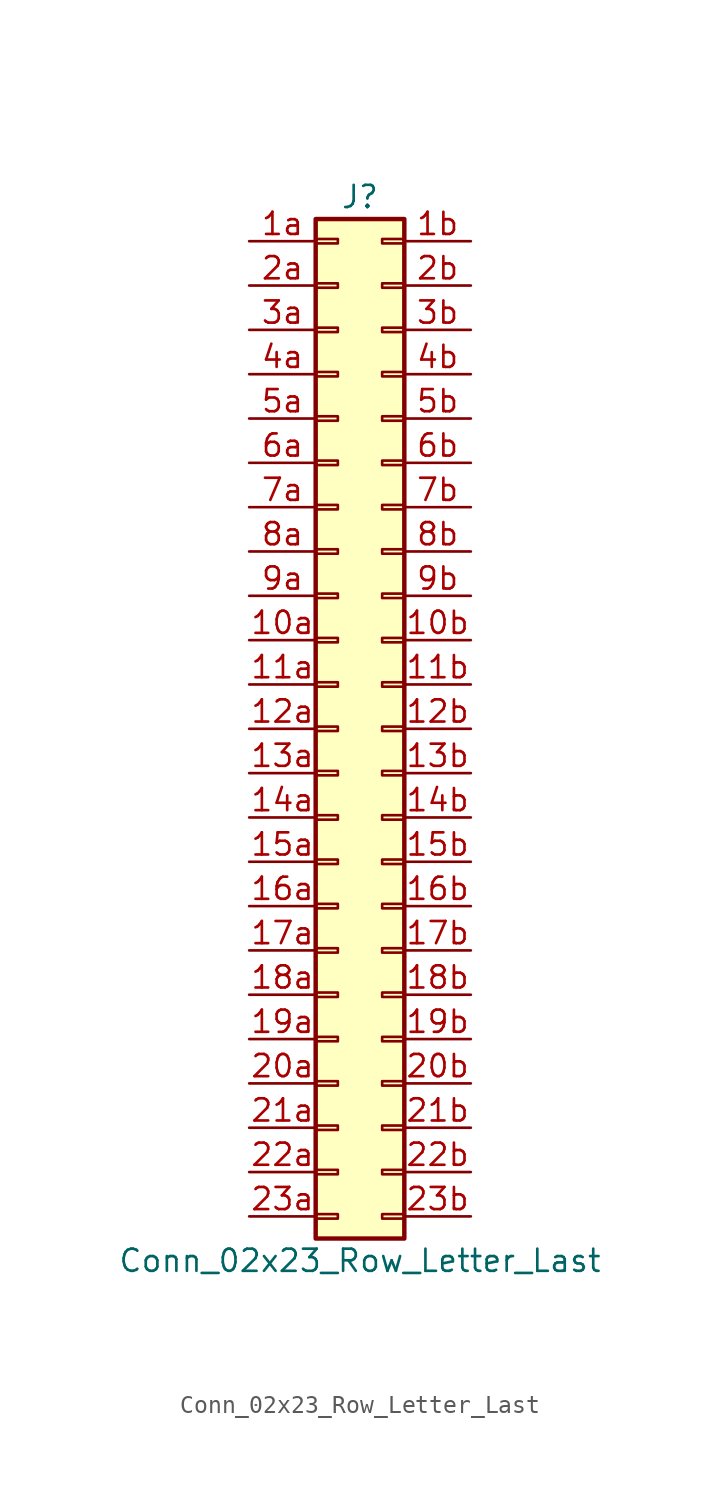
<source format=kicad_sym>
(kicad_symbol_lib
  (version 20220914)
  (generator kicad_symbol_editor)
  (symbol "Conn_02x23_Row_Letter_Last"
    (pin_names
      (offset 1.016) hide)
    (property "Reference" "J"
      (at 1.27 30.48 0)
      (effects (font (size 1.27 1.27))))
    (property "Value" "Conn_02x23_Row_Letter_Last"
      (at 1.27 -30.48 0)
      (effects (font (size 1.27 1.27))))
    (symbol "Conn_02x23_Row_Letter_Last_1_1"
      (rectangle (start -1.27 -27.813) (end 0 -28.067) (stroke (width 0.152) (type default)) (fill (type none)))
      (rectangle (start -1.27 -25.273) (end 0 -25.527) (stroke (width 0.152) (type default)) (fill (type none)))
      (rectangle (start -1.27 -22.733) (end 0 -22.987) (stroke (width 0.152) (type default)) (fill (type none)))
      (rectangle (start -1.27 -20.193) (end 0 -20.447) (stroke (width 0.152) (type default)) (fill (type none)))
      (rectangle (start -1.27 -17.653) (end 0 -17.907) (stroke (width 0.152) (type default)) (fill (type none)))
      (rectangle (start -1.27 -15.113) (end 0 -15.367) (stroke (width 0.152) (type default)) (fill (type none)))
      (rectangle (start -1.27 -12.573) (end 0 -12.827) (stroke (width 0.152) (type default)) (fill (type none)))
      (rectangle (start -1.27 -10.033) (end 0 -10.287) (stroke (width 0.152) (type default)) (fill (type none)))
      (rectangle (start -1.27 -7.493) (end 0 -7.747) (stroke (width 0.152) (type default)) (fill (type none)))
      (rectangle (start -1.27 -4.953) (end 0 -5.207) (stroke (width 0.152) (type default)) (fill (type none)))
      (rectangle (start -1.27 -2.413) (end 0 -2.667) (stroke (width 0.152) (type default)) (fill (type none)))
      (rectangle (start -1.27 0.127) (end 0 -0.127) (stroke (width 0.152) (type default)) (fill (type none)))
      (rectangle (start -1.27 2.667) (end 0 2.413) (stroke (width 0.152) (type default)) (fill (type none)))
      (rectangle (start -1.27 5.207) (end 0 4.953) (stroke (width 0.152) (type default)) (fill (type none)))
      (rectangle (start -1.27 7.747) (end 0 7.493) (stroke (width 0.152) (type default)) (fill (type none)))
      (rectangle (start -1.27 10.287) (end 0 10.033) (stroke (width 0.152) (type default)) (fill (type none)))
      (rectangle (start -1.27 12.827) (end 0 12.573) (stroke (width 0.152) (type default)) (fill (type none)))
      (rectangle (start -1.27 15.367) (end 0 15.113) (stroke (width 0.152) (type default)) (fill (type none)))
      (rectangle (start -1.27 17.907) (end 0 17.653) (stroke (width 0.152) (type default)) (fill (type none)))
      (rectangle (start -1.27 20.447) (end 0 20.193) (stroke (width 0.152) (type default)) (fill (type none)))
      (rectangle (start -1.27 22.987) (end 0 22.733) (stroke (width 0.152) (type default)) (fill (type none)))
      (rectangle (start -1.27 25.527) (end 0 25.273) (stroke (width 0.152) (type default)) (fill (type none)))
      (rectangle (start -1.27 28.067) (end 0 27.813) (stroke (width 0.152) (type default)) (fill (type none)))
      (rectangle (start -1.27 29.21) (end 3.81 -29.21) (stroke (width 0.254) (type default)) (fill (type background)))
      (rectangle (start 3.81 -27.813) (end 2.54 -28.067) (stroke (width 0.152) (type default)) (fill (type none)))
      (rectangle (start 3.81 -25.273) (end 2.54 -25.527) (stroke (width 0.152) (type default)) (fill (type none)))
      (rectangle (start 3.81 -22.733) (end 2.54 -22.987) (stroke (width 0.152) (type default)) (fill (type none)))
      (rectangle (start 3.81 -20.193) (end 2.54 -20.447) (stroke (width 0.152) (type default)) (fill (type none)))
      (rectangle (start 3.81 -17.653) (end 2.54 -17.907) (stroke (width 0.152) (type default)) (fill (type none)))
      (rectangle (start 3.81 -15.113) (end 2.54 -15.367) (stroke (width 0.152) (type default)) (fill (type none)))
      (rectangle (start 3.81 -12.573) (end 2.54 -12.827) (stroke (width 0.152) (type default)) (fill (type none)))
      (rectangle (start 3.81 -10.033) (end 2.54 -10.287) (stroke (width 0.152) (type default)) (fill (type none)))
      (rectangle (start 3.81 -7.493) (end 2.54 -7.747) (stroke (width 0.152) (type default)) (fill (type none)))
      (rectangle (start 3.81 -4.953) (end 2.54 -5.207) (stroke (width 0.152) (type default)) (fill (type none)))
      (rectangle (start 3.81 -2.413) (end 2.54 -2.667) (stroke (width 0.152) (type default)) (fill (type none)))
      (rectangle (start 3.81 0.127) (end 2.54 -0.127) (stroke (width 0.152) (type default)) (fill (type none)))
      (rectangle (start 3.81 2.667) (end 2.54 2.413) (stroke (width 0.152) (type default)) (fill (type none)))
      (rectangle (start 3.81 5.207) (end 2.54 4.953) (stroke (width 0.152) (type default)) (fill (type none)))
      (rectangle (start 3.81 7.747) (end 2.54 7.493) (stroke (width 0.152) (type default)) (fill (type none)))
      (rectangle (start 3.81 10.287) (end 2.54 10.033) (stroke (width 0.152) (type default)) (fill (type none)))
      (rectangle (start 3.81 12.827) (end 2.54 12.573) (stroke (width 0.152) (type default)) (fill (type none)))
      (rectangle (start 3.81 15.367) (end 2.54 15.113) (stroke (width 0.152) (type default)) (fill (type none)))
      (rectangle (start 3.81 17.907) (end 2.54 17.653) (stroke (width 0.152) (type default)) (fill (type none)))
      (rectangle (start 3.81 20.447) (end 2.54 20.193) (stroke (width 0.152) (type default)) (fill (type none)))
      (rectangle (start 3.81 22.987) (end 2.54 22.733) (stroke (width 0.152) (type default)) (fill (type none)))
      (rectangle (start 3.81 25.527) (end 2.54 25.273) (stroke (width 0.152) (type default)) (fill (type none)))
      (rectangle (start 3.81 28.067) (end 2.54 27.813) (stroke (width 0.152) (type default)) (fill (type none)))
      (pin passive line (at -5.08 5.08 0) (length 3.81) (name "Pin_10a" (effects (font (size 1.27 1.27)))) (number "10a" (effects (font (size 1.27 1.27)))))
      (pin passive line (at 7.62 5.08 180) (length 3.81) (name "Pin_10b" (effects (font (size 1.27 1.27)))) (number "10b" (effects (font (size 1.27 1.27)))))
      (pin passive line (at -5.08 2.54 0) (length 3.81) (name "Pin_11a" (effects (font (size 1.27 1.27)))) (number "11a" (effects (font (size 1.27 1.27)))))
      (pin passive line (at 7.62 2.54 180) (length 3.81) (name "Pin_11b" (effects (font (size 1.27 1.27)))) (number "11b" (effects (font (size 1.27 1.27)))))
      (pin passive line (at -5.08 0 0) (length 3.81) (name "Pin_12a" (effects (font (size 1.27 1.27)))) (number "12a" (effects (font (size 1.27 1.27)))))
      (pin passive line (at 7.62 0 180) (length 3.81) (name "Pin_12b" (effects (font (size 1.27 1.27)))) (number "12b" (effects (font (size 1.27 1.27)))))
      (pin passive line (at -5.08 -2.54 0) (length 3.81) (name "Pin_13a" (effects (font (size 1.27 1.27)))) (number "13a" (effects (font (size 1.27 1.27)))))
      (pin passive line (at 7.62 -2.54 180) (length 3.81) (name "Pin_13b" (effects (font (size 1.27 1.27)))) (number "13b" (effects (font (size 1.27 1.27)))))
      (pin passive line (at -5.08 -5.08 0) (length 3.81) (name "Pin_14a" (effects (font (size 1.27 1.27)))) (number "14a" (effects (font (size 1.27 1.27)))))
      (pin passive line (at 7.62 -5.08 180) (length 3.81) (name "Pin_14b" (effects (font (size 1.27 1.27)))) (number "14b" (effects (font (size 1.27 1.27)))))
      (pin passive line (at -5.08 -7.62 0) (length 3.81) (name "Pin_15a" (effects (font (size 1.27 1.27)))) (number "15a" (effects (font (size 1.27 1.27)))))
      (pin passive line (at 7.62 -7.62 180) (length 3.81) (name "Pin_15b" (effects (font (size 1.27 1.27)))) (number "15b" (effects (font (size 1.27 1.27)))))
      (pin passive line (at -5.08 -10.16 0) (length 3.81) (name "Pin_16a" (effects (font (size 1.27 1.27)))) (number "16a" (effects (font (size 1.27 1.27)))))
      (pin passive line (at 7.62 -10.16 180) (length 3.81) (name "Pin_16b" (effects (font (size 1.27 1.27)))) (number "16b" (effects (font (size 1.27 1.27)))))
      (pin passive line (at -5.08 -12.7 0) (length 3.81) (name "Pin_17a" (effects (font (size 1.27 1.27)))) (number "17a" (effects (font (size 1.27 1.27)))))
      (pin passive line (at 7.62 -12.7 180) (length 3.81) (name "Pin_17b" (effects (font (size 1.27 1.27)))) (number "17b" (effects (font (size 1.27 1.27)))))
      (pin passive line (at -5.08 -15.24 0) (length 3.81) (name "Pin_18a" (effects (font (size 1.27 1.27)))) (number "18a" (effects (font (size 1.27 1.27)))))
      (pin passive line (at 7.62 -15.24 180) (length 3.81) (name "Pin_18b" (effects (font (size 1.27 1.27)))) (number "18b" (effects (font (size 1.27 1.27)))))
      (pin passive line (at -5.08 -17.78 0) (length 3.81) (name "Pin_19a" (effects (font (size 1.27 1.27)))) (number "19a" (effects (font (size 1.27 1.27)))))
      (pin passive line (at 7.62 -17.78 180) (length 3.81) (name "Pin_19b" (effects (font (size 1.27 1.27)))) (number "19b" (effects (font (size 1.27 1.27)))))
      (pin passive line (at -5.08 27.94 0) (length 3.81) (name "Pin_1a" (effects (font (size 1.27 1.27)))) (number "1a" (effects (font (size 1.27 1.27)))))
      (pin passive line (at 7.62 27.94 180) (length 3.81) (name "Pin_1b" (effects (font (size 1.27 1.27)))) (number "1b" (effects (font (size 1.27 1.27)))))
      (pin passive line (at -5.08 -20.32 0) (length 3.81) (name "Pin_20a" (effects (font (size 1.27 1.27)))) (number "20a" (effects (font (size 1.27 1.27)))))
      (pin passive line (at 7.62 -20.32 180) (length 3.81) (name "Pin_20b" (effects (font (size 1.27 1.27)))) (number "20b" (effects (font (size 1.27 1.27)))))
      (pin passive line (at -5.08 -22.86 0) (length 3.81) (name "Pin_21a" (effects (font (size 1.27 1.27)))) (number "21a" (effects (font (size 1.27 1.27)))))
      (pin passive line (at 7.62 -22.86 180) (length 3.81) (name "Pin_21b" (effects (font (size 1.27 1.27)))) (number "21b" (effects (font (size 1.27 1.27)))))
      (pin passive line (at -5.08 -25.4 0) (length 3.81) (name "Pin_22a" (effects (font (size 1.27 1.27)))) (number "22a" (effects (font (size 1.27 1.27)))))
      (pin passive line (at 7.62 -25.4 180) (length 3.81) (name "Pin_22b" (effects (font (size 1.27 1.27)))) (number "22b" (effects (font (size 1.27 1.27)))))
      (pin passive line (at -5.08 -27.94 0) (length 3.81) (name "Pin_23a" (effects (font (size 1.27 1.27)))) (number "23a" (effects (font (size 1.27 1.27)))))
      (pin passive line (at 7.62 -27.94 180) (length 3.81) (name "Pin_23b" (effects (font (size 1.27 1.27)))) (number "23b" (effects (font (size 1.27 1.27)))))
      (pin passive line (at -5.08 25.4 0) (length 3.81) (name "Pin_2a" (effects (font (size 1.27 1.27)))) (number "2a" (effects (font (size 1.27 1.27)))))
      (pin passive line (at 7.62 25.4 180) (length 3.81) (name "Pin_2b" (effects (font (size 1.27 1.27)))) (number "2b" (effects (font (size 1.27 1.27)))))
      (pin passive line (at -5.08 22.86 0) (length 3.81) (name "Pin_3a" (effects (font (size 1.27 1.27)))) (number "3a" (effects (font (size 1.27 1.27)))))
      (pin passive line (at 7.62 22.86 180) (length 3.81) (name "Pin_3b" (effects (font (size 1.27 1.27)))) (number "3b" (effects (font (size 1.27 1.27)))))
      (pin passive line (at -5.08 20.32 0) (length 3.81) (name "Pin_4a" (effects (font (size 1.27 1.27)))) (number "4a" (effects (font (size 1.27 1.27)))))
      (pin passive line (at 7.62 20.32 180) (length 3.81) (name "Pin_4b" (effects (font (size 1.27 1.27)))) (number "4b" (effects (font (size 1.27 1.27)))))
      (pin passive line (at -5.08 17.78 0) (length 3.81) (name "Pin_5a" (effects (font (size 1.27 1.27)))) (number "5a" (effects (font (size 1.27 1.27)))))
      (pin passive line (at 7.62 17.78 180) (length 3.81) (name "Pin_5b" (effects (font (size 1.27 1.27)))) (number "5b" (effects (font (size 1.27 1.27)))))
      (pin passive line (at -5.08 15.24 0) (length 3.81) (name "Pin_6a" (effects (font (size 1.27 1.27)))) (number "6a" (effects (font (size 1.27 1.27)))))
      (pin passive line (at 7.62 15.24 180) (length 3.81) (name "Pin_6b" (effects (font (size 1.27 1.27)))) (number "6b" (effects (font (size 1.27 1.27)))))
      (pin passive line (at -5.08 12.7 0) (length 3.81) (name "Pin_7a" (effects (font (size 1.27 1.27)))) (number "7a" (effects (font (size 1.27 1.27)))))
      (pin passive line (at 7.62 12.7 180) (length 3.81) (name "Pin_7b" (effects (font (size 1.27 1.27)))) (number "7b" (effects (font (size 1.27 1.27)))))
      (pin passive line (at -5.08 10.16 0) (length 3.81) (name "Pin_8a" (effects (font (size 1.27 1.27)))) (number "8a" (effects (font (size 1.27 1.27)))))
      (pin passive line (at 7.62 10.16 180) (length 3.81) (name "Pin_8b" (effects (font (size 1.27 1.27)))) (number "8b" (effects (font (size 1.27 1.27)))))
      (pin passive line (at -5.08 7.62 0) (length 3.81) (name "Pin_9a" (effects (font (size 1.27 1.27)))) (number "9a" (effects (font (size 1.27 1.27)))))
      (pin passive line (at 7.62 7.62 180) (length 3.81) (name "Pin_9b" (effects (font (size 1.27 1.27)))) (number "9b" (effects (font (size 1.27 1.27))))))))
</source>
